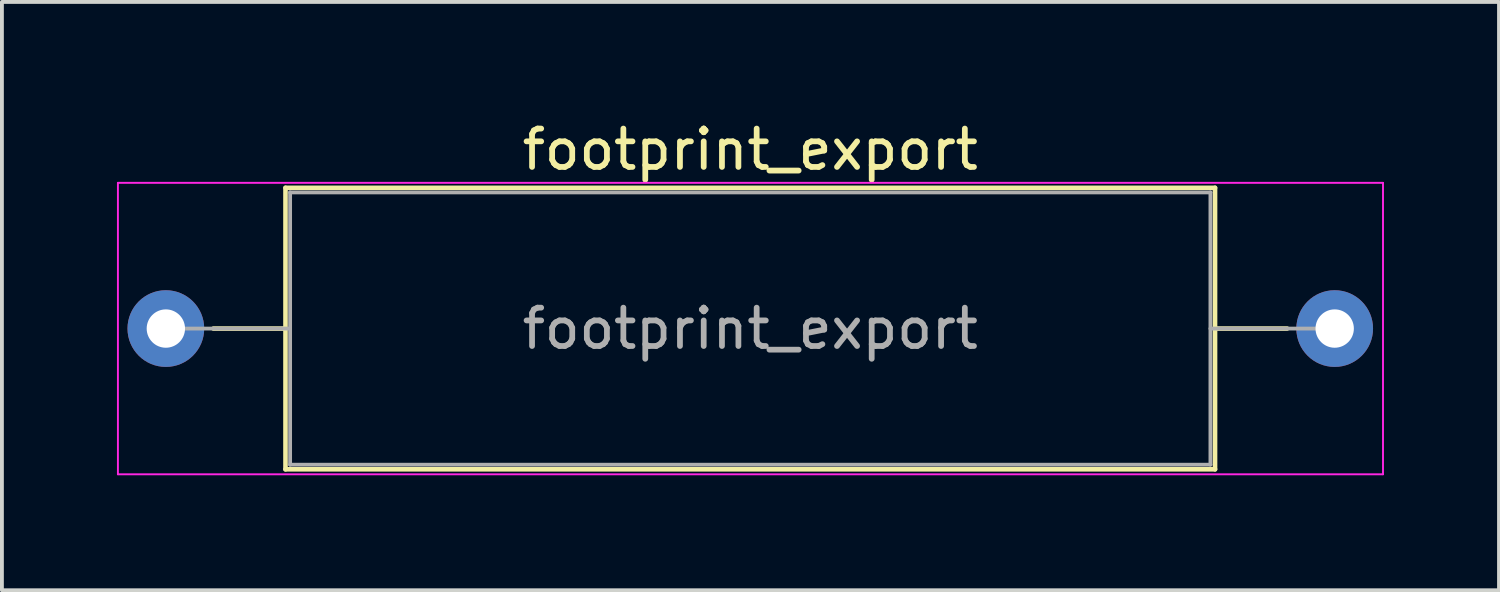
<source format=kicad_pcb>
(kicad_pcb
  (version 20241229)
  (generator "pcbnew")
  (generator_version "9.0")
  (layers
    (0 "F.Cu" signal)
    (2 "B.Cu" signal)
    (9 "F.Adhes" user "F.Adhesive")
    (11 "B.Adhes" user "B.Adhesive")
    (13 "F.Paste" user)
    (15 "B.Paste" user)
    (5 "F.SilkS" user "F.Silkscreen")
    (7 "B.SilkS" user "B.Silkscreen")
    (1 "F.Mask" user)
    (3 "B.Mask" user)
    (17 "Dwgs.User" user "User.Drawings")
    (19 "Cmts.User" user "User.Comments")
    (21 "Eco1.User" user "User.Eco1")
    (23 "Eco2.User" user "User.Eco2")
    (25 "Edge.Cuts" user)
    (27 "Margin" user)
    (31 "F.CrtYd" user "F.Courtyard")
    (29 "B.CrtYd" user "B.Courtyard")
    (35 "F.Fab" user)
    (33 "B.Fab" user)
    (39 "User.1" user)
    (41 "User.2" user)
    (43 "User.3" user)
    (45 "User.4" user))
  (footprint "footprint_export"
    (layer "F.Cu")
    (at 1.275 5.518)
    (property "Reference" "footprint_export" (at 15.24 -4.67 0) (layer "F.SilkS") (effects (font (size 1 1) (thickness 0.15))))
    (attr through_hole)
    (fp_line (start 1.24 0) (end 3.12 0) (stroke (width 0.12) (type solid)) (layer "F.SilkS"))
    (fp_line (start 3.12 -3.67) (end 3.12 3.67) (stroke (width 0.12) (type solid)) (layer "F.SilkS"))
    (fp_line (start 3.12 3.67) (end 27.36 3.67) (stroke (width 0.12) (type solid)) (layer "F.SilkS"))
    (fp_line (start 27.36 -3.67) (end 3.12 -3.67) (stroke (width 0.12) (type solid)) (layer "F.SilkS"))
    (fp_line (start 27.36 3.67) (end 27.36 -3.67) (stroke (width 0.12) (type solid)) (layer "F.SilkS"))
    (fp_line (start 29.24 0) (end 27.36 0) (stroke (width 0.12) (type solid)) (layer "F.SilkS"))
    (fp_line (start -1.25 -3.8) (end -1.25 3.8) (stroke (width 0.05) (type solid)) (layer "F.CrtYd"))
    (fp_line (start -1.25 3.8) (end 31.74 3.8) (stroke (width 0.05) (type solid)) (layer "F.CrtYd"))
    (fp_line (start 31.74 -3.8) (end -1.25 -3.8) (stroke (width 0.05) (type solid)) (layer "F.CrtYd"))
    (fp_line (start 31.74 3.8) (end 31.74 -3.8) (stroke (width 0.05) (type solid)) (layer "F.CrtYd"))
    (fp_line (start 0 0) (end 3.24 0) (stroke (width 0.1) (type solid)) (layer "F.Fab"))
    (fp_line (start 3.24 -3.55) (end 3.24 3.55) (stroke (width 0.1) (type solid)) (layer "F.Fab"))
    (fp_line (start 3.24 3.55) (end 27.24 3.55) (stroke (width 0.1) (type solid)) (layer "F.Fab"))
    (fp_line (start 27.24 -3.55) (end 3.24 -3.55) (stroke (width 0.1) (type solid)) (layer "F.Fab"))
    (fp_line (start 27.24 3.55) (end 27.24 -3.55) (stroke (width 0.1) (type solid)) (layer "F.Fab"))
    (fp_line (start 30.48 0) (end 27.24 0) (stroke (width 0.1) (type solid)) (layer "F.Fab"))
    (fp_text user "${REFERENCE}" (at 15.24 0 0) (layer "F.Fab") (effects (font (size 1 1) (thickness 0.15))))
    (pad "1" thru_hole circle (at 0 0) (size 2 2) (drill 1) (layers "*.Cu" "*.Mask"))
    (pad "2" thru_hole oval (at 30.48 0) (size 2 2) (drill 1) (layers "*.Cu" "*.Mask")))
  (gr_rect
    (start -3 -3)
    (end 36.04 12.343)
    (stroke (width 0.1) (type default))
    (fill no)
    (layer "Edge.Cuts")))
</source>
